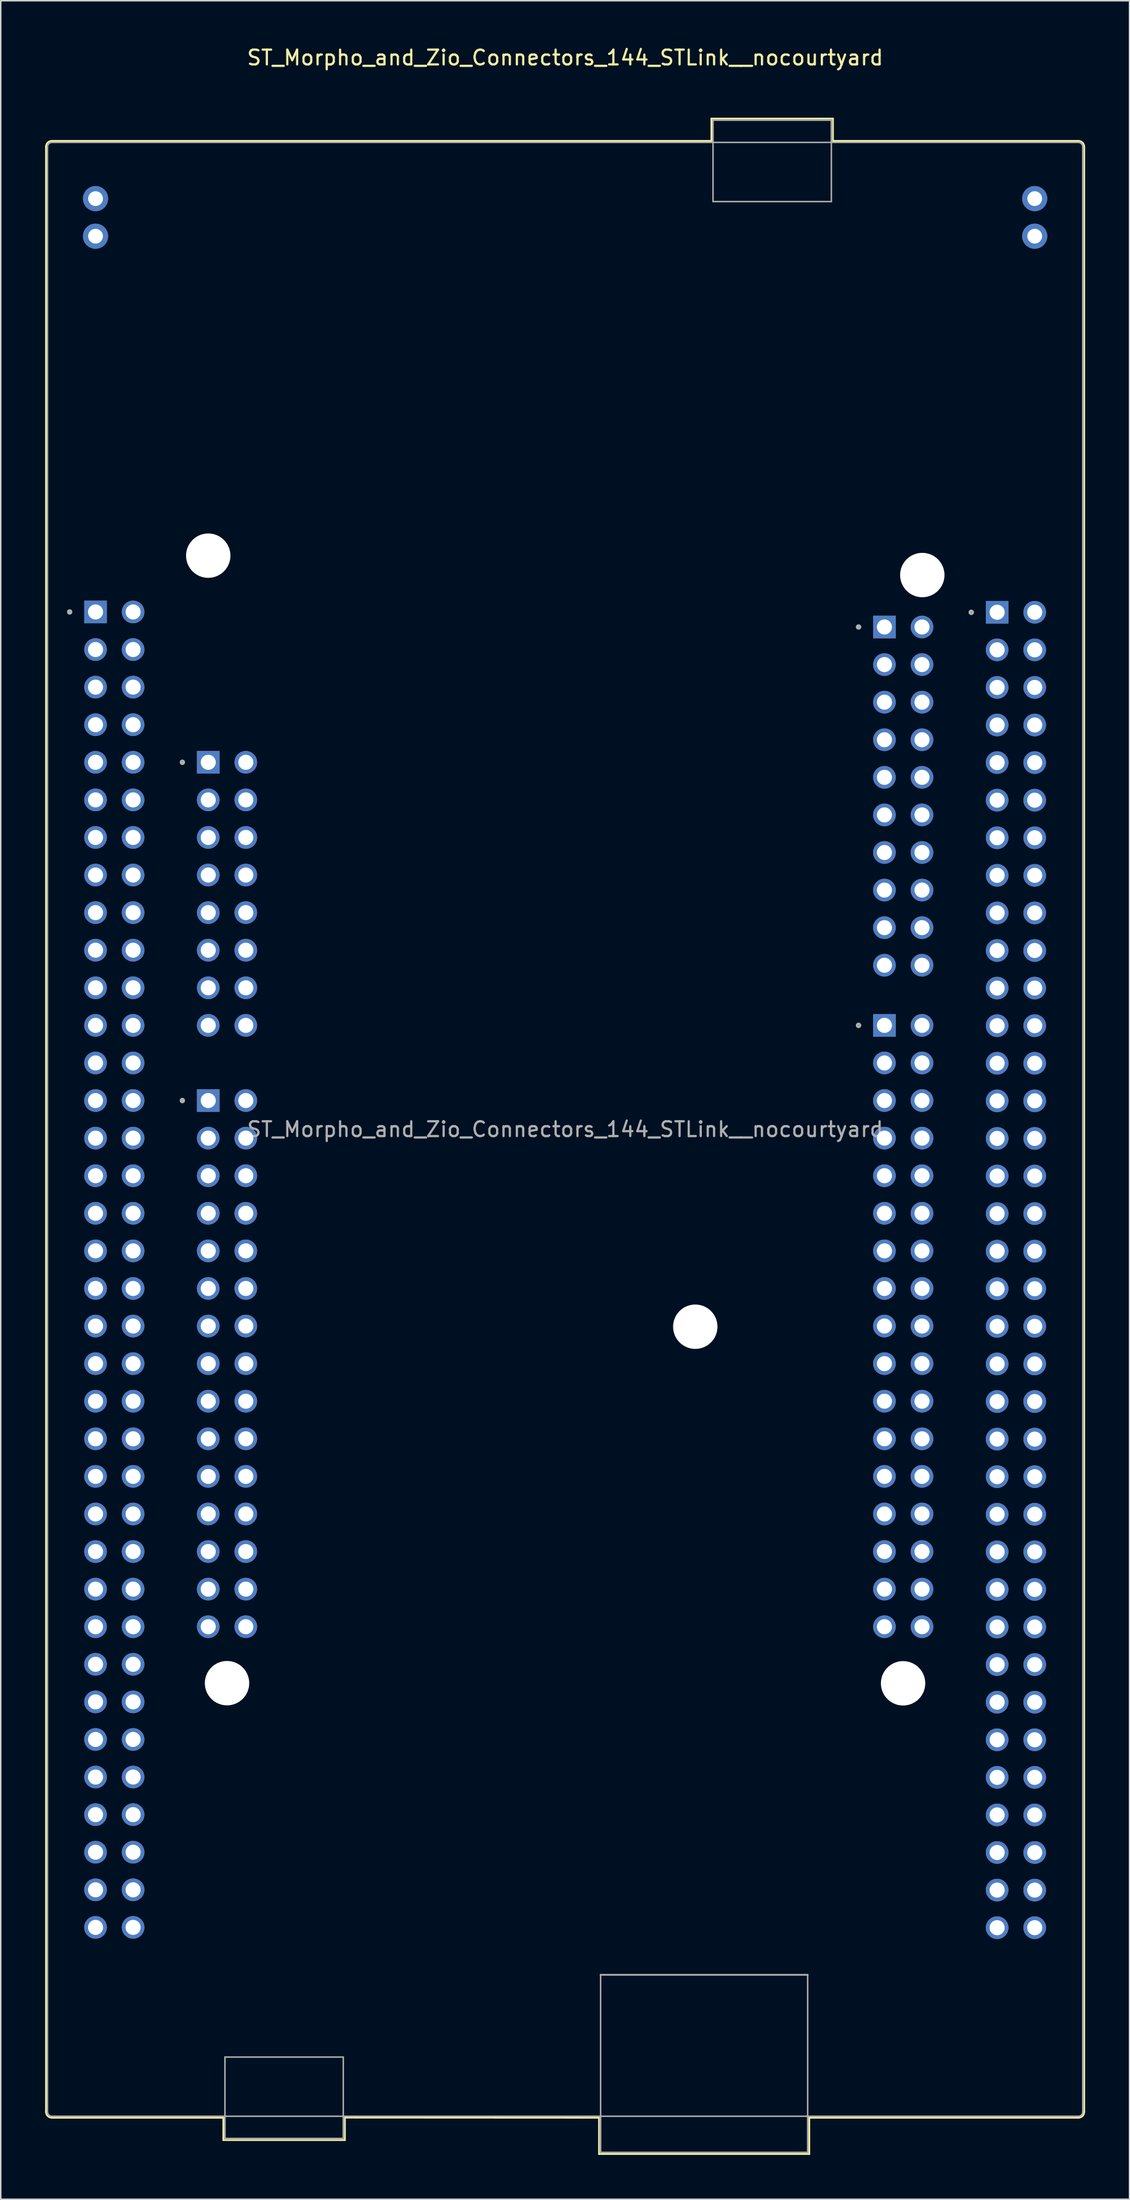
<source format=kicad_pcb>
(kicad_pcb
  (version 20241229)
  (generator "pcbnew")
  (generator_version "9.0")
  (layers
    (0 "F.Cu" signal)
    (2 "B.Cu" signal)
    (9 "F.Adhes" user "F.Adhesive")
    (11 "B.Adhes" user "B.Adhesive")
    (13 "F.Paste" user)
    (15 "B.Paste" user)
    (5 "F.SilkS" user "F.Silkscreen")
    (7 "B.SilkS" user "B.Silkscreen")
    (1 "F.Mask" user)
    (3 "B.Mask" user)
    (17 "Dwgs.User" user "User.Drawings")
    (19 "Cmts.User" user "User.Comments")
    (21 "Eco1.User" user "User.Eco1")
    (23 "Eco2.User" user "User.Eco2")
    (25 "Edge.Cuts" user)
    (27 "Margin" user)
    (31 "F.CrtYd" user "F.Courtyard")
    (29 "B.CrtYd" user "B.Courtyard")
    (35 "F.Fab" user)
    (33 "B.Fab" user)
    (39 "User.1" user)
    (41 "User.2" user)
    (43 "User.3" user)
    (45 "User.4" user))
  (footprint "ST_Morpho_and_Zio_Connectors_144_STLink__nocourtyard"
    (layer "F.Cu")
    (at 3.41 38.313)
    (property "Reference" "ST_Morpho_and_Zio_Connectors_144_STLink__nocourtyard" (at 31.75 -37.465 0) (layer "F.SilkS") (effects (font (size 1 1) (thickness 0.15))))
    (attr through_hole allow_missing_courtyard)
    (fp_line (start -3.35 -31.44) (end -3.35 101.36) (stroke (width 0.12) (type solid)) (layer "F.SilkS"))
    (fp_line (start 8.64 101.76) (end -2.95 101.76) (stroke (width 0.12) (type solid)) (layer "F.SilkS"))
    (fp_line (start 8.64 101.76) (end 8.64 103.27) (stroke (width 0.12) (type solid)) (layer "F.SilkS"))
    (fp_line (start 8.64 103.27) (end 16.86 103.27) (stroke (width 0.12) (type solid)) (layer "F.SilkS"))
    (fp_line (start 16.86 103.27) (end 16.86 101.75) (stroke (width 0.12) (type solid)) (layer "F.SilkS"))
    (fp_line (start 34.04 101.76) (end 16.86 101.75) (stroke (width 0.12) (type solid)) (layer "F.SilkS"))
    (fp_line (start 34.04 104.21) (end 34.04 101.76) (stroke (width 0.12) (type solid)) (layer "F.SilkS"))
    (fp_line (start 41.64 -33.35) (end 49.86 -33.35) (stroke (width 0.12) (type solid)) (layer "F.SilkS"))
    (fp_line (start 41.64 -31.84) (end -2.95 -31.84) (stroke (width 0.12) (type solid)) (layer "F.SilkS"))
    (fp_line (start 41.64 -31.84) (end 41.64 -33.35) (stroke (width 0.12) (type solid)) (layer "F.SilkS"))
    (fp_line (start 48.26 101.76) (end 48.26 104.21) (stroke (width 0.12) (type solid)) (layer "F.SilkS"))
    (fp_line (start 48.26 101.76) (end 66.45 101.76) (stroke (width 0.12) (type solid)) (layer "F.SilkS"))
    (fp_line (start 48.26 104.21) (end 34.04 104.21) (stroke (width 0.12) (type solid)) (layer "F.SilkS"))
    (fp_line (start 49.86 -33.35) (end 49.86 -31.84) (stroke (width 0.12) (type solid)) (layer "F.SilkS"))
    (fp_line (start 49.86 -31.84) (end 66.45 -31.84) (stroke (width 0.12) (type solid)) (layer "F.SilkS"))
    (fp_line (start 66.85 101.36) (end 66.85 -31.44) (stroke (width 0.12) (type solid)) (layer "F.SilkS"))
    (fp_arc (start -3.35 -31.44) (mid -3.232843 -31.722843) (end -2.95 -31.84) (stroke (width 0.12) (type solid)) (layer "F.SilkS"))
    (fp_arc (start -2.95 101.76) (mid -3.232843 101.642843) (end -3.35 101.36) (stroke (width 0.12) (type solid)) (layer "F.SilkS"))
    (fp_arc (start 66.45 -31.84) (mid 66.732843 -31.722843) (end 66.85 -31.44) (stroke (width 0.12) (type solid)) (layer "F.SilkS"))
    (fp_arc (start 66.85 101.36) (mid 66.732843 101.642843) (end 66.45 101.76) (stroke (width 0.12) (type solid)) (layer "F.SilkS"))
    (fp_circle (center -1.75 -0.005) (end -1.65 -0.005) (stroke (width 0.15) (type solid)) (fill no) (layer "F.SilkS"))
    (fp_circle (center 5.87 10.155) (end 5.97 10.155) (stroke (width 0.15) (type solid)) (fill no) (layer "F.SilkS"))
    (fp_circle (center 5.87 33.015) (end 5.97 33.015) (stroke (width 0.15) (type solid)) (fill no) (layer "F.SilkS"))
    (fp_circle (center 51.59 1.011) (end 51.69 1.011) (stroke (width 0.15) (type solid)) (fill no) (layer "F.SilkS"))
    (fp_circle (center 51.59 27.935) (end 51.69 27.935) (stroke (width 0.15) (type solid)) (fill no) (layer "F.SilkS"))
    (fp_circle (center 59.21 0.02) (end 59.31 0.02) (stroke (width 0.15) (type solid)) (fill no) (layer "F.SilkS"))
    (fp_line (start -3.25 101.36) (end -3.25 -31.44) (stroke (width 0.1) (type solid)) (layer "F.Fab"))
    (fp_line (start 8.75 97.66) (end 16.75 97.66) (stroke (width 0.1) (type solid)) (layer "F.Fab"))
    (fp_line (start 8.75 103.16) (end 8.75 97.65) (stroke (width 0.1) (type solid)) (layer "F.Fab"))
    (fp_line (start 8.75 103.16) (end 16.75 103.16) (stroke (width 0.1) (type solid)) (layer "F.Fab"))
    (fp_line (start 16.75 97.66) (end 16.75 103.16) (stroke (width 0.1) (type solid)) (layer "F.Fab"))
    (fp_line (start 34.15 92.1) (end 48.15 92.1) (stroke (width 0.12) (type solid)) (layer "F.Fab"))
    (fp_line (start 34.15 104.1) (end 34.15 92.1) (stroke (width 0.1) (type solid)) (layer "F.Fab"))
    (fp_line (start 34.15 104.1) (end 48.15 104.1) (stroke (width 0.1) (type solid)) (layer "F.Fab"))
    (fp_line (start 41.75 -33.24) (end 49.75 -33.24) (stroke (width 0.1) (type solid)) (layer "F.Fab"))
    (fp_line (start 41.75 -27.74) (end 41.75 -33.24) (stroke (width 0.1) (type solid)) (layer "F.Fab"))
    (fp_line (start 41.75 -27.74) (end 49.75 -27.74) (stroke (width 0.1) (type solid)) (layer "F.Fab"))
    (fp_line (start 48.15 104.1) (end 48.15 92.1) (stroke (width 0.1) (type solid)) (layer "F.Fab"))
    (fp_line (start 49.75 -33.24) (end 49.75 -27.74) (stroke (width 0.1) (type solid)) (layer "F.Fab"))
    (fp_line (start 66.45 -31.74) (end -2.95 -31.74) (stroke (width 0.1) (type solid)) (layer "F.Fab"))
    (fp_line (start 66.45 101.66) (end -2.95 101.66) (stroke (width 0.1) (type solid)) (layer "F.Fab"))
    (fp_line (start 66.75 101.36) (end 66.75 -31.44) (stroke (width 0.1) (type solid)) (layer "F.Fab"))
    (fp_arc (start -3.25 -31.44) (mid -3.162132 -31.652132) (end -2.95 -31.74) (stroke (width 0.1) (type solid)) (layer "F.Fab"))
    (fp_arc (start -2.95 101.66) (mid -3.162132 101.572132) (end -3.25 101.36) (stroke (width 0.1) (type solid)) (layer "F.Fab"))
    (fp_arc (start 66.45 -31.74) (mid 66.662132 -31.652132) (end 66.75 -31.44) (stroke (width 0.1) (type solid)) (layer "F.Fab"))
    (fp_arc (start 66.75 101.36) (mid 66.662132 101.572132) (end 66.45 101.66) (stroke (width 0.1) (type solid)) (layer "F.Fab"))
    (fp_circle (center -1.75 -0.005) (end -1.65 -0.005) (stroke (width 0.15) (type solid)) (fill no) (layer "F.Fab"))
    (fp_circle (center 5.87 10.155) (end 5.97 10.155) (stroke (width 0.15) (type solid)) (fill no) (layer "F.Fab"))
    (fp_circle (center 5.87 33.015) (end 5.97 33.015) (stroke (width 0.15) (type solid)) (fill no) (layer "F.Fab"))
    (fp_circle (center 51.59 1.011) (end 51.69 1.011) (stroke (width 0.15) (type solid)) (fill no) (layer "F.Fab"))
    (fp_circle (center 51.59 27.935) (end 51.69 27.935) (stroke (width 0.15) (type solid)) (fill no) (layer "F.Fab"))
    (fp_circle (center 59.21 0.02) (end 59.31 0.02) (stroke (width 0.15) (type solid)) (fill no) (layer "F.Fab"))
    (fp_text user "${REFERENCE}" (at 31.75 34.96 0) (layer "F.Fab") (effects (font (size 1 1) (thickness 0.15))))
    (pad "" np_thru_hole circle (at 7.62 -3.81) (size 3 3) (drill 3) (layers "*.Cu" "*.Mask"))
    (pad "" np_thru_hole circle (at 8.89 72.39) (size 3 3) (drill 3) (layers "*.Cu" "*.Mask"))
    (pad "" np_thru_hole circle (at 40.55 48.3) (size 3 3) (drill 3) (layers "*.Cu" "*.Mask"))
    (pad "" np_thru_hole circle (at 54.6 72.4) (size 3 3) (drill 3) (layers "*.Cu" "*.Mask"))
    (pad "" np_thru_hole circle (at 55.9 -2.5) (size 3 3) (drill 3) (layers "*.Cu" "*.Mask"))
    (pad "CN2_1" thru_hole circle (at 0 -27.94) (size 1.7 1.7) (drill 1) (layers "*.Cu" "*.Mask"))
    (pad "CN2_2" thru_hole circle (at 0 -25.4) (size 1.7 1.7) (drill 1) (layers "*.Cu" "*.Mask"))
    (pad "CN3_1" thru_hole circle (at 63.5 -27.94) (size 1.7 1.7) (drill 1) (layers "*.Cu" "*.Mask"))
    (pad "CN3_2" thru_hole circle (at 63.5 -25.4) (size 1.7 1.7) (drill 1) (layers "*.Cu" "*.Mask"))
    (pad "CN7_1" thru_hole rect (at 53.34 1.011) (size 1.53 1.53) (drill 1.02) (layers "*.Cu" "*.Mask"))
    (pad "CN7_2" thru_hole circle (at 55.88 1.011) (size 1.53 1.53) (drill 1.02) (layers "*.Cu" "*.Mask"))
    (pad "CN7_3" thru_hole circle (at 53.34 3.551) (size 1.53 1.53) (drill 1.02) (layers "*.Cu" "*.Mask"))
    (pad "CN7_4" thru_hole circle (at 55.88 3.551) (size 1.53 1.53) (drill 1.02) (layers "*.Cu" "*.Mask"))
    (pad "CN7_5" thru_hole circle (at 53.34 6.091) (size 1.53 1.53) (drill 1.02) (layers "*.Cu" "*.Mask"))
    (pad "CN7_6" thru_hole circle (at 55.88 6.091) (size 1.53 1.53) (drill 1.02) (layers "*.Cu" "*.Mask"))
    (pad "CN7_7" thru_hole circle (at 53.34 8.631) (size 1.53 1.53) (drill 1.02) (layers "*.Cu" "*.Mask"))
    (pad "CN7_8" thru_hole circle (at 55.88 8.631) (size 1.53 1.53) (drill 1.02) (layers "*.Cu" "*.Mask"))
    (pad "CN7_9" thru_hole circle (at 53.34 11.171) (size 1.53 1.53) (drill 1.02) (layers "*.Cu" "*.Mask"))
    (pad "CN7_10" thru_hole circle (at 55.88 11.171) (size 1.53 1.53) (drill 1.02) (layers "*.Cu" "*.Mask"))
    (pad "CN7_11" thru_hole circle (at 53.34 13.711) (size 1.53 1.53) (drill 1.02) (layers "*.Cu" "*.Mask"))
    (pad "CN7_12" thru_hole circle (at 55.88 13.711) (size 1.53 1.53) (drill 1.02) (layers "*.Cu" "*.Mask"))
    (pad "CN7_13" thru_hole circle (at 53.34 16.251) (size 1.53 1.53) (drill 1.02) (layers "*.Cu" "*.Mask"))
    (pad "CN7_14" thru_hole circle (at 55.88 16.251) (size 1.53 1.53) (drill 1.02) (layers "*.Cu" "*.Mask"))
    (pad "CN7_15" thru_hole circle (at 53.34 18.791) (size 1.53 1.53) (drill 1.02) (layers "*.Cu" "*.Mask"))
    (pad "CN7_16" thru_hole circle (at 55.88 18.791) (size 1.53 1.53) (drill 1.02) (layers "*.Cu" "*.Mask"))
    (pad "CN7_17" thru_hole circle (at 53.34 21.331) (size 1.53 1.53) (drill 1.02) (layers "*.Cu" "*.Mask"))
    (pad "CN7_18" thru_hole circle (at 55.88 21.331) (size 1.53 1.53) (drill 1.02) (layers "*.Cu" "*.Mask"))
    (pad "CN7_19" thru_hole circle (at 53.34 23.871) (size 1.53 1.53) (drill 1.02) (layers "*.Cu" "*.Mask"))
    (pad "CN7_20" thru_hole circle (at 55.88 23.871) (size 1.53 1.53) (drill 1.02) (layers "*.Cu" "*.Mask"))
    (pad "CN8_1" thru_hole rect (at 7.62 10.155) (size 1.53 1.53) (drill 1.02) (layers "*.Cu" "*.Mask"))
    (pad "CN8_2" thru_hole circle (at 10.16 10.155) (size 1.53 1.53) (drill 1.02) (layers "*.Cu" "*.Mask"))
    (pad "CN8_3" thru_hole circle (at 7.62 12.695) (size 1.53 1.53) (drill 1.02) (layers "*.Cu" "*.Mask"))
    (pad "CN8_4" thru_hole circle (at 10.16 12.695) (size 1.53 1.53) (drill 1.02) (layers "*.Cu" "*.Mask"))
    (pad "CN8_5" thru_hole circle (at 7.62 15.235) (size 1.53 1.53) (drill 1.02) (layers "*.Cu" "*.Mask"))
    (pad "CN8_6" thru_hole circle (at 10.16 15.235) (size 1.53 1.53) (drill 1.02) (layers "*.Cu" "*.Mask"))
    (pad "CN8_7" thru_hole circle (at 7.62 17.775) (size 1.53 1.53) (drill 1.02) (layers "*.Cu" "*.Mask"))
    (pad "CN8_8" thru_hole circle (at 10.16 17.775) (size 1.53 1.53) (drill 1.02) (layers "*.Cu" "*.Mask"))
    (pad "CN8_9" thru_hole circle (at 7.62 20.315) (size 1.53 1.53) (drill 1.02) (layers "*.Cu" "*.Mask"))
    (pad "CN8_10" thru_hole circle (at 10.16 20.315) (size 1.53 1.53) (drill 1.02) (layers "*.Cu" "*.Mask"))
    (pad "CN8_11" thru_hole circle (at 7.62 22.855) (size 1.53 1.53) (drill 1.02) (layers "*.Cu" "*.Mask"))
    (pad "CN8_12" thru_hole circle (at 10.16 22.855) (size 1.53 1.53) (drill 1.02) (layers "*.Cu" "*.Mask"))
    (pad "CN8_13" thru_hole circle (at 7.62 25.395) (size 1.53 1.53) (drill 1.02) (layers "*.Cu" "*.Mask"))
    (pad "CN8_14" thru_hole circle (at 10.16 25.395) (size 1.53 1.53) (drill 1.02) (layers "*.Cu" "*.Mask"))
    (pad "CN8_15" thru_hole circle (at 7.62 27.935) (size 1.53 1.53) (drill 1.02) (layers "*.Cu" "*.Mask"))
    (pad "CN8_16" thru_hole circle (at 10.16 27.935) (size 1.53 1.53) (drill 1.02) (layers "*.Cu" "*.Mask"))
    (pad "CN9_1" thru_hole rect (at 7.62 33.015) (size 1.53 1.53) (drill 1.02) (layers "*.Cu" "*.Mask"))
    (pad "CN9_2" thru_hole circle (at 10.16 33.015) (size 1.53 1.53) (drill 1.02) (layers "*.Cu" "*.Mask"))
    (pad "CN9_3" thru_hole circle (at 7.62 35.555) (size 1.53 1.53) (drill 1.02) (layers "*.Cu" "*.Mask"))
    (pad "CN9_4" thru_hole circle (at 10.16 35.555) (size 1.53 1.53) (drill 1.02) (layers "*.Cu" "*.Mask"))
    (pad "CN9_5" thru_hole circle (at 7.62 38.095) (size 1.53 1.53) (drill 1.02) (layers "*.Cu" "*.Mask"))
    (pad "CN9_6" thru_hole circle (at 10.16 38.095) (size 1.53 1.53) (drill 1.02) (layers "*.Cu" "*.Mask"))
    (pad "CN9_7" thru_hole circle (at 7.62 40.635) (size 1.53 1.53) (drill 1.02) (layers "*.Cu" "*.Mask"))
    (pad "CN9_8" thru_hole circle (at 10.16 40.635) (size 1.53 1.53) (drill 1.02) (layers "*.Cu" "*.Mask"))
    (pad "CN9_9" thru_hole circle (at 7.62 43.175) (size 1.53 1.53) (drill 1.02) (layers "*.Cu" "*.Mask"))
    (pad "CN9_10" thru_hole circle (at 10.16 43.175) (size 1.53 1.53) (drill 1.02) (layers "*.Cu" "*.Mask"))
    (pad "CN9_11" thru_hole circle (at 7.62 45.715) (size 1.53 1.53) (drill 1.02) (layers "*.Cu" "*.Mask"))
    (pad "CN9_12" thru_hole circle (at 10.16 45.715) (size 1.53 1.53) (drill 1.02) (layers "*.Cu" "*.Mask"))
    (pad "CN9_13" thru_hole circle (at 7.62 48.255) (size 1.53 1.53) (drill 1.02) (layers "*.Cu" "*.Mask"))
    (pad "CN9_14" thru_hole circle (at 10.16 48.255) (size 1.53 1.53) (drill 1.02) (layers "*.Cu" "*.Mask"))
    (pad "CN9_15" thru_hole circle (at 7.62 50.795) (size 1.53 1.53) (drill 1.02) (layers "*.Cu" "*.Mask"))
    (pad "CN9_16" thru_hole circle (at 10.16 50.795) (size 1.53 1.53) (drill 1.02) (layers "*.Cu" "*.Mask"))
    (pad "CN9_17" thru_hole circle (at 7.62 53.335) (size 1.53 1.53) (drill 1.02) (layers "*.Cu" "*.Mask"))
    (pad "CN9_18" thru_hole circle (at 10.16 53.335) (size 1.53 1.53) (drill 1.02) (layers "*.Cu" "*.Mask"))
    (pad "CN9_19" thru_hole circle (at 7.62 55.875) (size 1.53 1.53) (drill 1.02) (layers "*.Cu" "*.Mask"))
    (pad "CN9_20" thru_hole circle (at 10.16 55.875) (size 1.53 1.53) (drill 1.02) (layers "*.Cu" "*.Mask"))
    (pad "CN9_21" thru_hole circle (at 7.62 58.415) (size 1.53 1.53) (drill 1.02) (layers "*.Cu" "*.Mask"))
    (pad "CN9_22" thru_hole circle (at 10.16 58.415) (size 1.53 1.53) (drill 1.02) (layers "*.Cu" "*.Mask"))
    (pad "CN9_23" thru_hole circle (at 7.62 60.955) (size 1.53 1.53) (drill 1.02) (layers "*.Cu" "*.Mask"))
    (pad "CN9_24" thru_hole circle (at 10.16 60.955) (size 1.53 1.53) (drill 1.02) (layers "*.Cu" "*.Mask"))
    (pad "CN9_25" thru_hole circle (at 7.62 63.495) (size 1.53 1.53) (drill 1.02) (layers "*.Cu" "*.Mask"))
    (pad "CN9_26" thru_hole circle (at 10.16 63.495) (size 1.53 1.53) (drill 1.02) (layers "*.Cu" "*.Mask"))
    (pad "CN9_27" thru_hole circle (at 7.62 66.035) (size 1.53 1.53) (drill 1.02) (layers "*.Cu" "*.Mask"))
    (pad "CN9_28" thru_hole circle (at 10.16 66.035) (size 1.53 1.53) (drill 1.02) (layers "*.Cu" "*.Mask"))
    (pad "CN9_29" thru_hole circle (at 7.62 68.575) (size 1.53 1.53) (drill 1.02) (layers "*.Cu" "*.Mask"))
    (pad "CN9_30" thru_hole circle (at 10.16 68.575) (size 1.53 1.53) (drill 1.02) (layers "*.Cu" "*.Mask"))
    (pad "CN10_1" thru_hole rect (at 53.34 27.935) (size 1.53 1.53) (drill 1.02) (layers "*.Cu" "*.Mask"))
    (pad "CN10_2" thru_hole circle (at 55.88 27.935) (size 1.53 1.53) (drill 1.02) (layers "*.Cu" "*.Mask"))
    (pad "CN10_3" thru_hole circle (at 53.34 30.475) (size 1.53 1.53) (drill 1.02) (layers "*.Cu" "*.Mask"))
    (pad "CN10_4" thru_hole circle (at 55.88 30.475) (size 1.53 1.53) (drill 1.02) (layers "*.Cu" "*.Mask"))
    (pad "CN10_5" thru_hole circle (at 53.34 33.015) (size 1.53 1.53) (drill 1.02) (layers "*.Cu" "*.Mask"))
    (pad "CN10_6" thru_hole circle (at 55.88 33.015) (size 1.53 1.53) (drill 1.02) (layers "*.Cu" "*.Mask"))
    (pad "CN10_7" thru_hole circle (at 53.34 35.555) (size 1.53 1.53) (drill 1.02) (layers "*.Cu" "*.Mask"))
    (pad "CN10_8" thru_hole circle (at 55.88 35.555) (size 1.53 1.53) (drill 1.02) (layers "*.Cu" "*.Mask"))
    (pad "CN10_9" thru_hole circle (at 53.34 38.095) (size 1.53 1.53) (drill 1.02) (layers "*.Cu" "*.Mask"))
    (pad "CN10_10" thru_hole circle (at 55.88 38.095) (size 1.53 1.53) (drill 1.02) (layers "*.Cu" "*.Mask"))
    (pad "CN10_11" thru_hole circle (at 53.34 40.635) (size 1.53 1.53) (drill 1.02) (layers "*.Cu" "*.Mask"))
    (pad "CN10_12" thru_hole circle (at 55.88 40.635) (size 1.53 1.53) (drill 1.02) (layers "*.Cu" "*.Mask"))
    (pad "CN10_13" thru_hole circle (at 53.34 43.175) (size 1.53 1.53) (drill 1.02) (layers "*.Cu" "*.Mask"))
    (pad "CN10_14" thru_hole circle (at 55.88 43.175) (size 1.53 1.53) (drill 1.02) (layers "*.Cu" "*.Mask"))
    (pad "CN10_15" thru_hole circle (at 53.34 45.715) (size 1.53 1.53) (drill 1.02) (layers "*.Cu" "*.Mask"))
    (pad "CN10_16" thru_hole circle (at 55.88 45.715) (size 1.53 1.53) (drill 1.02) (layers "*.Cu" "*.Mask"))
    (pad "CN10_17" thru_hole circle (at 53.34 48.255) (size 1.53 1.53) (drill 1.02) (layers "*.Cu" "*.Mask"))
    (pad "CN10_18" thru_hole circle (at 55.88 48.255) (size 1.53 1.53) (drill 1.02) (layers "*.Cu" "*.Mask"))
    (pad "CN10_19" thru_hole circle (at 53.34 50.795) (size 1.53 1.53) (drill 1.02) (layers "*.Cu" "*.Mask"))
    (pad "CN10_20" thru_hole circle (at 55.88 50.795) (size 1.53 1.53) (drill 1.02) (layers "*.Cu" "*.Mask"))
    (pad "CN10_21" thru_hole circle (at 53.34 53.335) (size 1.53 1.53) (drill 1.02) (layers "*.Cu" "*.Mask"))
    (pad "CN10_22" thru_hole circle (at 55.88 53.335) (size 1.53 1.53) (drill 1.02) (layers "*.Cu" "*.Mask"))
    (pad "CN10_23" thru_hole circle (at 53.34 55.875) (size 1.53 1.53) (drill 1.02) (layers "*.Cu" "*.Mask"))
    (pad "CN10_24" thru_hole circle (at 55.88 55.875) (size 1.53 1.53) (drill 1.02) (layers "*.Cu" "*.Mask"))
    (pad "CN10_25" thru_hole circle (at 53.34 58.415) (size 1.53 1.53) (drill 1.02) (layers "*.Cu" "*.Mask"))
    (pad "CN10_26" thru_hole circle (at 55.88 58.415) (size 1.53 1.53) (drill 1.02) (layers "*.Cu" "*.Mask"))
    (pad "CN10_27" thru_hole circle (at 53.34 60.955) (size 1.53 1.53) (drill 1.02) (layers "*.Cu" "*.Mask"))
    (pad "CN10_28" thru_hole circle (at 55.88 60.955) (size 1.53 1.53) (drill 1.02) (layers "*.Cu" "*.Mask"))
    (pad "CN10_29" thru_hole circle (at 53.34 63.495) (size 1.53 1.53) (drill 1.02) (layers "*.Cu" "*.Mask"))
    (pad "CN10_30" thru_hole circle (at 55.88 63.495) (size 1.53 1.53) (drill 1.02) (layers "*.Cu" "*.Mask"))
    (pad "CN10_31" thru_hole circle (at 53.34 66.035) (size 1.53 1.53) (drill 1.02) (layers "*.Cu" "*.Mask"))
    (pad "CN10_32" thru_hole circle (at 55.88 66.035) (size 1.53 1.53) (drill 1.02) (layers "*.Cu" "*.Mask"))
    (pad "CN10_33" thru_hole circle (at 53.34 68.575) (size 1.53 1.53) (drill 1.02) (layers "*.Cu" "*.Mask"))
    (pad "CN10_34" thru_hole circle (at 55.88 68.575) (size 1.53 1.53) (drill 1.02) (layers "*.Cu" "*.Mask"))
    (pad "CN11_1" thru_hole rect (at 0 -0.005) (size 1.53 1.53) (drill 1.02) (layers "*.Cu" "*.Mask"))
    (pad "CN11_2" thru_hole circle (at 2.54 -0.005) (size 1.53 1.53) (drill 1.02) (layers "*.Cu" "*.Mask"))
    (pad "CN11_3" thru_hole circle (at 0 2.535) (size 1.53 1.53) (drill 1.02) (layers "*.Cu" "*.Mask"))
    (pad "CN11_4" thru_hole circle (at 2.54 2.535) (size 1.53 1.53) (drill 1.02) (layers "*.Cu" "*.Mask"))
    (pad "CN11_5" thru_hole circle (at 0 5.075) (size 1.53 1.53) (drill 1.02) (layers "*.Cu" "*.Mask"))
    (pad "CN11_6" thru_hole circle (at 2.54 5.075) (size 1.53 1.53) (drill 1.02) (layers "*.Cu" "*.Mask"))
    (pad "CN11_7" thru_hole circle (at 0 7.615) (size 1.53 1.53) (drill 1.02) (layers "*.Cu" "*.Mask"))
    (pad "CN11_8" thru_hole circle (at 2.54 7.615) (size 1.53 1.53) (drill 1.02) (layers "*.Cu" "*.Mask"))
    (pad "CN11_9" thru_hole circle (at 0 10.155) (size 1.53 1.53) (drill 1.02) (layers "*.Cu" "*.Mask"))
    (pad "CN11_10" thru_hole circle (at 2.54 10.155) (size 1.53 1.53) (drill 1.02) (layers "*.Cu" "*.Mask"))
    (pad "CN11_11" thru_hole circle (at 0 12.695) (size 1.53 1.53) (drill 1.02) (layers "*.Cu" "*.Mask"))
    (pad "CN11_12" thru_hole circle (at 2.54 12.695) (size 1.53 1.53) (drill 1.02) (layers "*.Cu" "*.Mask"))
    (pad "CN11_13" thru_hole circle (at 0 15.235) (size 1.53 1.53) (drill 1.02) (layers "*.Cu" "*.Mask"))
    (pad "CN11_14" thru_hole circle (at 2.54 15.235) (size 1.53 1.53) (drill 1.02) (layers "*.Cu" "*.Mask"))
    (pad "CN11_15" thru_hole circle (at 0 17.775) (size 1.53 1.53) (drill 1.02) (layers "*.Cu" "*.Mask"))
    (pad "CN11_16" thru_hole circle (at 2.54 17.775) (size 1.53 1.53) (drill 1.02) (layers "*.Cu" "*.Mask"))
    (pad "CN11_17" thru_hole circle (at 0 20.315) (size 1.53 1.53) (drill 1.02) (layers "*.Cu" "*.Mask"))
    (pad "CN11_18" thru_hole circle (at 2.54 20.315) (size 1.53 1.53) (drill 1.02) (layers "*.Cu" "*.Mask"))
    (pad "CN11_19" thru_hole circle (at 0 22.855) (size 1.53 1.53) (drill 1.02) (layers "*.Cu" "*.Mask"))
    (pad "CN11_20" thru_hole circle (at 2.54 22.855) (size 1.53 1.53) (drill 1.02) (layers "*.Cu" "*.Mask"))
    (pad "CN11_21" thru_hole circle (at 0 25.395) (size 1.53 1.53) (drill 1.02) (layers "*.Cu" "*.Mask"))
    (pad "CN11_22" thru_hole circle (at 2.54 25.395) (size 1.53 1.53) (drill 1.02) (layers "*.Cu" "*.Mask"))
    (pad "CN11_23" thru_hole circle (at 0 27.935) (size 1.53 1.53) (drill 1.02) (layers "*.Cu" "*.Mask"))
    (pad "CN11_24" thru_hole circle (at 2.54 27.935) (size 1.53 1.53) (drill 1.02) (layers "*.Cu" "*.Mask"))
    (pad "CN11_25" thru_hole circle (at 0 30.475) (size 1.53 1.53) (drill 1.02) (layers "*.Cu" "*.Mask"))
    (pad "CN11_26" thru_hole circle (at 2.54 30.475) (size 1.53 1.53) (drill 1.02) (layers "*.Cu" "*.Mask"))
    (pad "CN11_27" thru_hole circle (at 0 33.015) (size 1.53 1.53) (drill 1.02) (layers "*.Cu" "*.Mask"))
    (pad "CN11_28" thru_hole circle (at 2.54 33.015) (size 1.53 1.53) (drill 1.02) (layers "*.Cu" "*.Mask"))
    (pad "CN11_29" thru_hole circle (at 0 35.555) (size 1.53 1.53) (drill 1.02) (layers "*.Cu" "*.Mask"))
    (pad "CN11_30" thru_hole circle (at 2.54 35.555) (size 1.53 1.53) (drill 1.02) (layers "*.Cu" "*.Mask"))
    (pad "CN11_31" thru_hole circle (at 0 38.095) (size 1.53 1.53) (drill 1.02) (layers "*.Cu" "*.Mask"))
    (pad "CN11_32" thru_hole circle (at 2.54 38.095) (size 1.53 1.53) (drill 1.02) (layers "*.Cu" "*.Mask"))
    (pad "CN11_33" thru_hole circle (at 0 40.635) (size 1.53 1.53) (drill 1.02) (layers "*.Cu" "*.Mask"))
    (pad "CN11_34" thru_hole circle (at 2.54 40.635) (size 1.53 1.53) (drill 1.02) (layers "*.Cu" "*.Mask"))
    (pad "CN11_35" thru_hole circle (at 0 43.175) (size 1.53 1.53) (drill 1.02) (layers "*.Cu" "*.Mask"))
    (pad "CN11_36" thru_hole circle (at 2.54 43.175) (size 1.53 1.53) (drill 1.02) (layers "*.Cu" "*.Mask"))
    (pad "CN11_37" thru_hole circle (at 0 45.715) (size 1.53 1.53) (drill 1.02) (layers "*.Cu" "*.Mask"))
    (pad "CN11_38" thru_hole circle (at 2.54 45.715) (size 1.53 1.53) (drill 1.02) (layers "*.Cu" "*.Mask"))
    (pad "CN11_39" thru_hole circle (at 0 48.255) (size 1.53 1.53) (drill 1.02) (layers "*.Cu" "*.Mask"))
    (pad "CN11_40" thru_hole circle (at 2.54 48.255) (size 1.53 1.53) (drill 1.02) (layers "*.Cu" "*.Mask"))
    (pad "CN11_41" thru_hole circle (at 0 50.795) (size 1.53 1.53) (drill 1.02) (layers "*.Cu" "*.Mask"))
    (pad "CN11_42" thru_hole circle (at 2.54 50.795) (size 1.53 1.53) (drill 1.02) (layers "*.Cu" "*.Mask"))
    (pad "CN11_43" thru_hole circle (at 0 53.335) (size 1.53 1.53) (drill 1.02) (layers "*.Cu" "*.Mask"))
    (pad "CN11_44" thru_hole circle (at 2.54 53.335) (size 1.53 1.53) (drill 1.02) (layers "*.Cu" "*.Mask"))
    (pad "CN11_45" thru_hole circle (at 0 55.875) (size 1.53 1.53) (drill 1.02) (layers "*.Cu" "*.Mask"))
    (pad "CN11_46" thru_hole circle (at 2.54 55.875) (size 1.53 1.53) (drill 1.02) (layers "*.Cu" "*.Mask"))
    (pad "CN11_47" thru_hole circle (at 0 58.415) (size 1.53 1.53) (drill 1.02) (layers "*.Cu" "*.Mask"))
    (pad "CN11_48" thru_hole circle (at 2.54 58.415) (size 1.53 1.53) (drill 1.02) (layers "*.Cu" "*.Mask"))
    (pad "CN11_49" thru_hole circle (at 0 60.955) (size 1.53 1.53) (drill 1.02) (layers "*.Cu" "*.Mask"))
    (pad "CN11_50" thru_hole circle (at 2.54 60.955) (size 1.53 1.53) (drill 1.02) (layers "*.Cu" "*.Mask"))
    (pad "CN11_51" thru_hole circle (at 0 63.495) (size 1.53 1.53) (drill 1.02) (layers "*.Cu" "*.Mask"))
    (pad "CN11_52" thru_hole circle (at 2.54 63.495) (size 1.53 1.53) (drill 1.02) (layers "*.Cu" "*.Mask"))
    (pad "CN11_53" thru_hole circle (at 0 66.035) (size 1.53 1.53) (drill 1.02) (layers "*.Cu" "*.Mask"))
    (pad "CN11_54" thru_hole circle (at 2.54 66.035) (size 1.53 1.53) (drill 1.02) (layers "*.Cu" "*.Mask"))
    (pad "CN11_55" thru_hole circle (at 0 68.575) (size 1.53 1.53) (drill 1.02) (layers "*.Cu" "*.Mask"))
    (pad "CN11_56" thru_hole circle (at 2.54 68.575) (size 1.53 1.53) (drill 1.02) (layers "*.Cu" "*.Mask"))
    (pad "CN11_57" thru_hole circle (at 0 71.115) (size 1.53 1.53) (drill 1.02) (layers "*.Cu" "*.Mask"))
    (pad "CN11_58" thru_hole circle (at 2.54 71.115) (size 1.53 1.53) (drill 1.02) (layers "*.Cu" "*.Mask"))
    (pad "CN11_59" thru_hole circle (at 0 73.655) (size 1.53 1.53) (drill 1.02) (layers "*.Cu" "*.Mask"))
    (pad "CN11_60" thru_hole circle (at 2.54 73.655) (size 1.53 1.53) (drill 1.02) (layers "*.Cu" "*.Mask"))
    (pad "CN11_61" thru_hole circle (at 0 76.195) (size 1.53 1.53) (drill 1.02) (layers "*.Cu" "*.Mask"))
    (pad "CN11_62" thru_hole circle (at 2.54 76.195) (size 1.53 1.53) (drill 1.02) (layers "*.Cu" "*.Mask"))
    (pad "CN11_63" thru_hole circle (at 0 78.735) (size 1.53 1.53) (drill 1.02) (layers "*.Cu" "*.Mask"))
    (pad "CN11_64" thru_hole circle (at 2.54 78.735) (size 1.53 1.53) (drill 1.02) (layers "*.Cu" "*.Mask"))
    (pad "CN11_65" thru_hole circle (at 0 81.275) (size 1.53 1.53) (drill 1.02) (layers "*.Cu" "*.Mask"))
    (pad "CN11_66" thru_hole circle (at 2.54 81.275) (size 1.53 1.53) (drill 1.02) (layers "*.Cu" "*.Mask"))
    (pad "CN11_67" thru_hole circle (at 0 83.815) (size 1.53 1.53) (drill 1.02) (layers "*.Cu" "*.Mask"))
    (pad "CN11_68" thru_hole circle (at 2.54 83.815) (size 1.53 1.53) (drill 1.02) (layers "*.Cu" "*.Mask"))
    (pad "CN11_69" thru_hole circle (at 0 86.355) (size 1.53 1.53) (drill 1.02) (layers "*.Cu" "*.Mask"))
    (pad "CN11_70" thru_hole circle (at 2.54 86.355) (size 1.53 1.53) (drill 1.02) (layers "*.Cu" "*.Mask"))
    (pad "CN11_71" thru_hole circle (at 0 88.895) (size 1.53 1.53) (drill 1.02) (layers "*.Cu" "*.Mask"))
    (pad "CN11_72" thru_hole circle (at 2.54 88.895) (size 1.53 1.53) (drill 1.02) (layers "*.Cu" "*.Mask"))
    (pad "CN12_1" thru_hole rect (at 60.96 0.015) (size 1.53 1.53) (drill 1.02) (layers "*.Cu" "*.Mask"))
    (pad "CN12_2" thru_hole circle (at 63.5 0.015) (size 1.53 1.53) (drill 1.02) (layers "*.Cu" "*.Mask"))
    (pad "CN12_3" thru_hole circle (at 60.96 2.555) (size 1.53 1.53) (drill 1.02) (layers "*.Cu" "*.Mask"))
    (pad "CN12_4" thru_hole circle (at 63.5 2.555) (size 1.53 1.53) (drill 1.02) (layers "*.Cu" "*.Mask"))
    (pad "CN12_5" thru_hole circle (at 60.96 5.095) (size 1.53 1.53) (drill 1.02) (layers "*.Cu" "*.Mask"))
    (pad "CN12_6" thru_hole circle (at 63.5 5.095) (size 1.53 1.53) (drill 1.02) (layers "*.Cu" "*.Mask"))
    (pad "CN12_7" thru_hole circle (at 60.96 7.635) (size 1.53 1.53) (drill 1.02) (layers "*.Cu" "*.Mask"))
    (pad "CN12_8" thru_hole circle (at 63.5 7.635) (size 1.53 1.53) (drill 1.02) (layers "*.Cu" "*.Mask"))
    (pad "CN12_9" thru_hole circle (at 60.96 10.175) (size 1.53 1.53) (drill 1.02) (layers "*.Cu" "*.Mask"))
    (pad "CN12_10" thru_hole circle (at 63.5 10.175) (size 1.53 1.53) (drill 1.02) (layers "*.Cu" "*.Mask"))
    (pad "CN12_11" thru_hole circle (at 60.96 12.715) (size 1.53 1.53) (drill 1.02) (layers "*.Cu" "*.Mask"))
    (pad "CN12_12" thru_hole circle (at 63.5 12.715) (size 1.53 1.53) (drill 1.02) (layers "*.Cu" "*.Mask"))
    (pad "CN12_13" thru_hole circle (at 60.96 15.255) (size 1.53 1.53) (drill 1.02) (layers "*.Cu" "*.Mask"))
    (pad "CN12_14" thru_hole circle (at 63.5 15.255) (size 1.53 1.53) (drill 1.02) (layers "*.Cu" "*.Mask"))
    (pad "CN12_15" thru_hole circle (at 60.96 17.795) (size 1.53 1.53) (drill 1.02) (layers "*.Cu" "*.Mask"))
    (pad "CN12_16" thru_hole circle (at 63.5 17.795) (size 1.53 1.53) (drill 1.02) (layers "*.Cu" "*.Mask"))
    (pad "CN12_17" thru_hole circle (at 60.96 20.335) (size 1.53 1.53) (drill 1.02) (layers "*.Cu" "*.Mask"))
    (pad "CN12_18" thru_hole circle (at 63.5 20.335) (size 1.53 1.53) (drill 1.02) (layers "*.Cu" "*.Mask"))
    (pad "CN12_19" thru_hole circle (at 60.96 22.875) (size 1.53 1.53) (drill 1.02) (layers "*.Cu" "*.Mask"))
    (pad "CN12_20" thru_hole circle (at 63.5 22.875) (size 1.53 1.53) (drill 1.02) (layers "*.Cu" "*.Mask"))
    (pad "CN12_21" thru_hole circle (at 60.96 25.415) (size 1.53 1.53) (drill 1.02) (layers "*.Cu" "*.Mask"))
    (pad "CN12_22" thru_hole circle (at 63.5 25.415) (size 1.53 1.53) (drill 1.02) (layers "*.Cu" "*.Mask"))
    (pad "CN12_23" thru_hole circle (at 60.96 27.955) (size 1.53 1.53) (drill 1.02) (layers "*.Cu" "*.Mask"))
    (pad "CN12_24" thru_hole circle (at 63.5 27.955) (size 1.53 1.53) (drill 1.02) (layers "*.Cu" "*.Mask"))
    (pad "CN12_25" thru_hole circle (at 60.96 30.495) (size 1.53 1.53) (drill 1.02) (layers "*.Cu" "*.Mask"))
    (pad "CN12_26" thru_hole circle (at 63.5 30.495) (size 1.53 1.53) (drill 1.02) (layers "*.Cu" "*.Mask"))
    (pad "CN12_27" thru_hole circle (at 60.96 33.035) (size 1.53 1.53) (drill 1.02) (layers "*.Cu" "*.Mask"))
    (pad "CN12_28" thru_hole circle (at 63.5 33.035) (size 1.53 1.53) (drill 1.02) (layers "*.Cu" "*.Mask"))
    (pad "CN12_29" thru_hole circle (at 60.96 35.575) (size 1.53 1.53) (drill 1.02) (layers "*.Cu" "*.Mask"))
    (pad "CN12_30" thru_hole circle (at 63.5 35.575) (size 1.53 1.53) (drill 1.02) (layers "*.Cu" "*.Mask"))
    (pad "CN12_31" thru_hole circle (at 60.96 38.115) (size 1.53 1.53) (drill 1.02) (layers "*.Cu" "*.Mask"))
    (pad "CN12_32" thru_hole circle (at 63.5 38.115) (size 1.53 1.53) (drill 1.02) (layers "*.Cu" "*.Mask"))
    (pad "CN12_33" thru_hole circle (at 60.96 40.655) (size 1.53 1.53) (drill 1.02) (layers "*.Cu" "*.Mask"))
    (pad "CN12_34" thru_hole circle (at 63.5 40.655) (size 1.53 1.53) (drill 1.02) (layers "*.Cu" "*.Mask"))
    (pad "CN12_35" thru_hole circle (at 60.96 43.195) (size 1.53 1.53) (drill 1.02) (layers "*.Cu" "*.Mask"))
    (pad "CN12_36" thru_hole circle (at 63.5 43.195) (size 1.53 1.53) (drill 1.02) (layers "*.Cu" "*.Mask"))
    (pad "CN12_37" thru_hole circle (at 60.96 45.735) (size 1.53 1.53) (drill 1.02) (layers "*.Cu" "*.Mask"))
    (pad "CN12_38" thru_hole circle (at 63.5 45.735) (size 1.53 1.53) (drill 1.02) (layers "*.Cu" "*.Mask"))
    (pad "CN12_39" thru_hole circle (at 60.96 48.275) (size 1.53 1.53) (drill 1.02) (layers "*.Cu" "*.Mask"))
    (pad "CN12_40" thru_hole circle (at 63.5 48.275) (size 1.53 1.53) (drill 1.02) (layers "*.Cu" "*.Mask"))
    (pad "CN12_41" thru_hole circle (at 60.96 50.815) (size 1.53 1.53) (drill 1.02) (layers "*.Cu" "*.Mask"))
    (pad "CN12_42" thru_hole circle (at 63.5 50.815) (size 1.53 1.53) (drill 1.02) (layers "*.Cu" "*.Mask"))
    (pad "CN12_43" thru_hole circle (at 60.96 53.355) (size 1.53 1.53) (drill 1.02) (layers "*.Cu" "*.Mask"))
    (pad "CN12_44" thru_hole circle (at 63.5 53.355) (size 1.53 1.53) (drill 1.02) (layers "*.Cu" "*.Mask"))
    (pad "CN12_45" thru_hole circle (at 60.96 55.895) (size 1.53 1.53) (drill 1.02) (layers "*.Cu" "*.Mask"))
    (pad "CN12_46" thru_hole circle (at 63.5 55.895) (size 1.53 1.53) (drill 1.02) (layers "*.Cu" "*.Mask"))
    (pad "CN12_47" thru_hole circle (at 60.96 58.435) (size 1.53 1.53) (drill 1.02) (layers "*.Cu" "*.Mask"))
    (pad "CN12_48" thru_hole circle (at 63.5 58.435) (size 1.53 1.53) (drill 1.02) (layers "*.Cu" "*.Mask"))
    (pad "CN12_49" thru_hole circle (at 60.96 60.975) (size 1.53 1.53) (drill 1.02) (layers "*.Cu" "*.Mask"))
    (pad "CN12_50" thru_hole circle (at 63.5 60.975) (size 1.53 1.53) (drill 1.02) (layers "*.Cu" "*.Mask"))
    (pad "CN12_51" thru_hole circle (at 60.96 63.515) (size 1.53 1.53) (drill 1.02) (layers "*.Cu" "*.Mask"))
    (pad "CN12_52" thru_hole circle (at 63.5 63.515) (size 1.53 1.53) (drill 1.02) (layers "*.Cu" "*.Mask"))
    (pad "CN12_53" thru_hole circle (at 60.96 66.055) (size 1.53 1.53) (drill 1.02) (layers "*.Cu" "*.Mask"))
    (pad "CN12_54" thru_hole circle (at 63.5 66.055) (size 1.53 1.53) (drill 1.02) (layers "*.Cu" "*.Mask"))
    (pad "CN12_55" thru_hole circle (at 60.96 68.595) (size 1.53 1.53) (drill 1.02) (layers "*.Cu" "*.Mask"))
    (pad "CN12_56" thru_hole circle (at 63.5 68.595) (size 1.53 1.53) (drill 1.02) (layers "*.Cu" "*.Mask"))
    (pad "CN12_57" thru_hole circle (at 60.96 71.135) (size 1.53 1.53) (drill 1.02) (layers "*.Cu" "*.Mask"))
    (pad "CN12_58" thru_hole circle (at 63.5 71.135) (size 1.53 1.53) (drill 1.02) (layers "*.Cu" "*.Mask"))
    (pad "CN12_59" thru_hole circle (at 60.96 73.675) (size 1.53 1.53) (drill 1.02) (layers "*.Cu" "*.Mask"))
    (pad "CN12_60" thru_hole circle (at 63.5 73.675) (size 1.53 1.53) (drill 1.02) (layers "*.Cu" "*.Mask"))
    (pad "CN12_61" thru_hole circle (at 60.96 76.215) (size 1.53 1.53) (drill 1.02) (layers "*.Cu" "*.Mask"))
    (pad "CN12_62" thru_hole circle (at 63.5 76.215) (size 1.53 1.53) (drill 1.02) (layers "*.Cu" "*.Mask"))
    (pad "CN12_63" thru_hole circle (at 60.96 78.755) (size 1.53 1.53) (drill 1.02) (layers "*.Cu" "*.Mask"))
    (pad "CN12_64" thru_hole circle (at 63.5 78.755) (size 1.53 1.53) (drill 1.02) (layers "*.Cu" "*.Mask"))
    (pad "CN12_65" thru_hole circle (at 60.96 81.295) (size 1.53 1.53) (drill 1.02) (layers "*.Cu" "*.Mask"))
    (pad "CN12_66" thru_hole circle (at 63.5 81.295) (size 1.53 1.53) (drill 1.02) (layers "*.Cu" "*.Mask"))
    (pad "CN12_67" thru_hole circle (at 60.96 83.835) (size 1.53 1.53) (drill 1.02) (layers "*.Cu" "*.Mask"))
    (pad "CN12_68" thru_hole circle (at 63.5 83.835) (size 1.53 1.53) (drill 1.02) (layers "*.Cu" "*.Mask"))
    (pad "CN12_69" thru_hole circle (at 60.96 86.375) (size 1.53 1.53) (drill 1.02) (layers "*.Cu" "*.Mask"))
    (pad "CN12_70" thru_hole circle (at 63.5 86.375) (size 1.53 1.53) (drill 1.02) (layers "*.Cu" "*.Mask"))
    (pad "CN12_71" thru_hole circle (at 60.96 88.915) (size 1.53 1.53) (drill 1.02) (layers "*.Cu" "*.Mask"))
    (pad "CN12_72" thru_hole circle (at 63.5 88.915) (size 1.53 1.53) (drill 1.02) (layers "*.Cu" "*.Mask")))
  (gr_rect
    (start -3 -3)
    (end 73.32 145.583)
    (stroke (width 0.1) (type default))
    (fill no)
    (layer "Edge.Cuts")))
</source>
